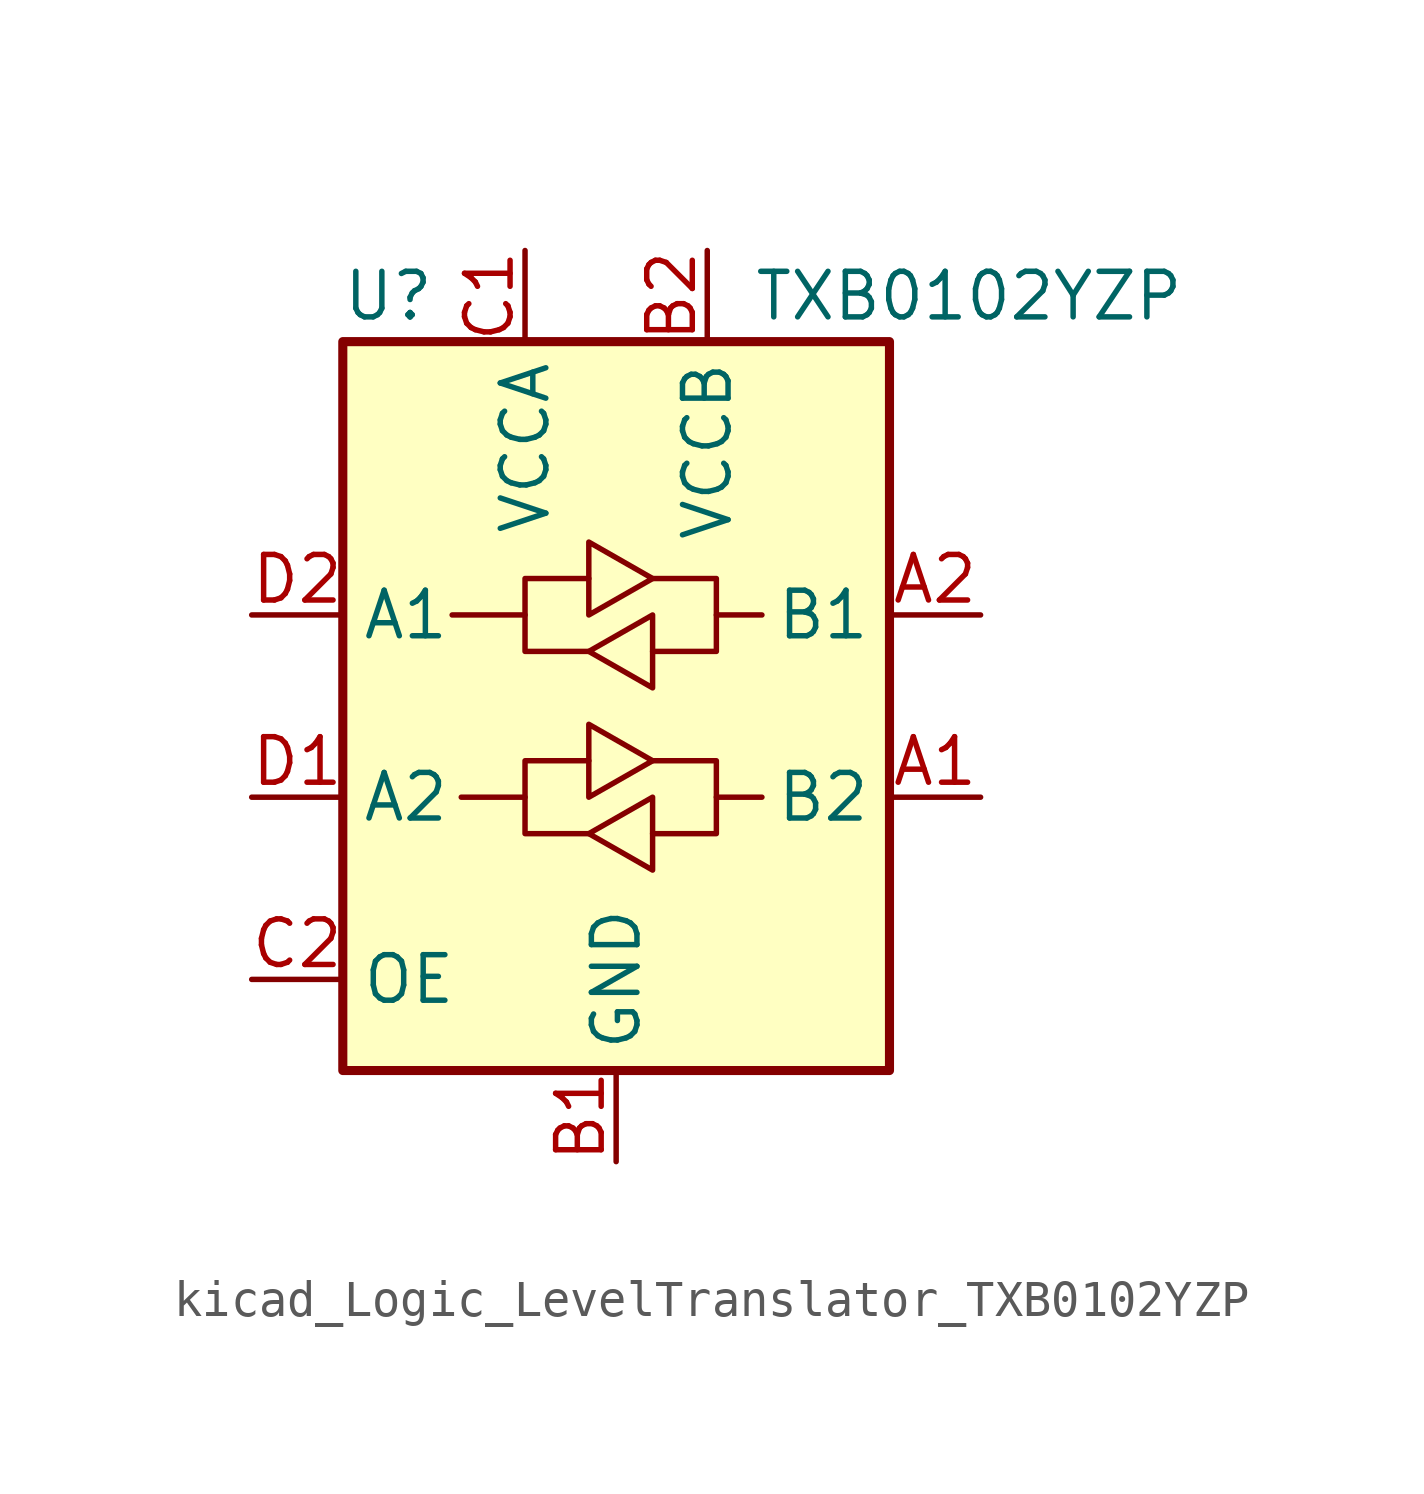
<source format=kicad_sym>
(kicad_symbol_lib
  (version 20220914)
  (generator kicad_symbol_editor)
  (symbol "kicad_Logic_LevelTranslator_TXB0102YZP"
    (property "Reference" "U"
      (at -6.35 11.43 0)
      (effects (font (size 1.27 1.27))))
    (property "Value" "TXB0102YZP"
      (at 3.81 11.43 0)
      (effects (font (size 1.27 1.27)) (justify left)))
    (symbol "kicad_Logic_LevelTranslator_TXB0102YZP_0_1"
      (rectangle (start -7.62 10.16) (end 7.62 -10.16) (stroke (width 0.254) (type default)) (fill (type background)))
      (polyline (pts (xy -2.54 -2.54) (xy -2.54 -1.524) (xy -0.762 -1.524)) (stroke (width 0) (type default)) (fill (type none)))
      (polyline (pts (xy -2.54 2.54) (xy -2.54 3.556) (xy -0.762 3.556)) (stroke (width 0) (type default)) (fill (type none)))
      (polyline (pts (xy 2.794 -2.54) (xy 2.794 -3.556) (xy 1.016 -3.556)) (stroke (width 0) (type default)) (fill (type none)))
      (polyline (pts (xy 2.794 2.54) (xy 2.794 1.524) (xy 1.016 1.524)) (stroke (width 0) (type default)) (fill (type none)))
      (polyline (pts (xy -0.762 -3.556) (xy -2.54 -3.556) (xy -2.54 -2.54) (xy -4.318 -2.54)) (stroke (width 0) (type default)) (fill (type none)))
      (polyline (pts (xy -0.762 -2.54) (xy -0.762 -0.508) (xy 1.016 -1.524) (xy -0.762 -2.54)) (stroke (width 0) (type default)) (fill (type none)))
      (polyline (pts (xy -0.762 1.524) (xy -2.54 1.524) (xy -2.54 2.54) (xy -4.572 2.54)) (stroke (width 0) (type default)) (fill (type none)))
      (polyline (pts (xy -0.762 2.54) (xy -0.762 4.572) (xy 1.016 3.556) (xy -0.762 2.54)) (stroke (width 0) (type default)) (fill (type none)))
      (polyline (pts (xy 1.016 -2.54) (xy 1.016 -4.572) (xy -0.762 -3.556) (xy 1.016 -2.54)) (stroke (width 0) (type default)) (fill (type none)))
      (polyline (pts (xy 1.016 -1.524) (xy 2.794 -1.524) (xy 2.794 -2.54) (xy 4.064 -2.54)) (stroke (width 0) (type default)) (fill (type none)))
      (polyline (pts (xy 1.016 3.556) (xy 2.794 3.556) (xy 2.794 2.54) (xy 4.064 2.54)) (stroke (width 0) (type default)) (fill (type none)))
      (polyline (pts (xy 1.016 2.54) (xy 1.016 0.762) (xy 1.016 0.508) (xy -0.762 1.524) (xy 1.016 2.54)) (stroke (width 0) (type default)) (fill (type none))))
    (symbol "kicad_Logic_LevelTranslator_TXB0102YZP_1_1"
      (pin bidirectional line (at 10.16 -2.54 180) (length 2.54) (name "B2" (effects (font (size 1.27 1.27)))) (number "A1" (effects (font (size 1.27 1.27)))))
      (pin bidirectional line (at 10.16 2.54 180) (length 2.54) (name "B1" (effects (font (size 1.27 1.27)))) (number "A2" (effects (font (size 1.27 1.27)))))
      (pin power_in line (at 0 -12.7 90) (length 2.54) (name "GND" (effects (font (size 1.27 1.27)))) (number "B1" (effects (font (size 1.27 1.27)))))
      (pin power_in line (at 2.54 12.7 270) (length 2.54) (name "VCCB" (effects (font (size 1.27 1.27)))) (number "B2" (effects (font (size 1.27 1.27)))))
      (pin power_in line (at -2.54 12.7 270) (length 2.54) (name "VCCA" (effects (font (size 1.27 1.27)))) (number "C1" (effects (font (size 1.27 1.27)))))
      (pin input line (at -10.16 -7.62 0) (length 2.54) (name "OE" (effects (font (size 1.27 1.27)))) (number "C2" (effects (font (size 1.27 1.27)))))
      (pin bidirectional line (at -10.16 -2.54 0) (length 2.54) (name "A2" (effects (font (size 1.27 1.27)))) (number "D1" (effects (font (size 1.27 1.27)))))
      (pin bidirectional line (at -10.16 2.54 0) (length 2.54) (name "A1" (effects (font (size 1.27 1.27)))) (number "D2" (effects (font (size 1.27 1.27))))))))
</source>
